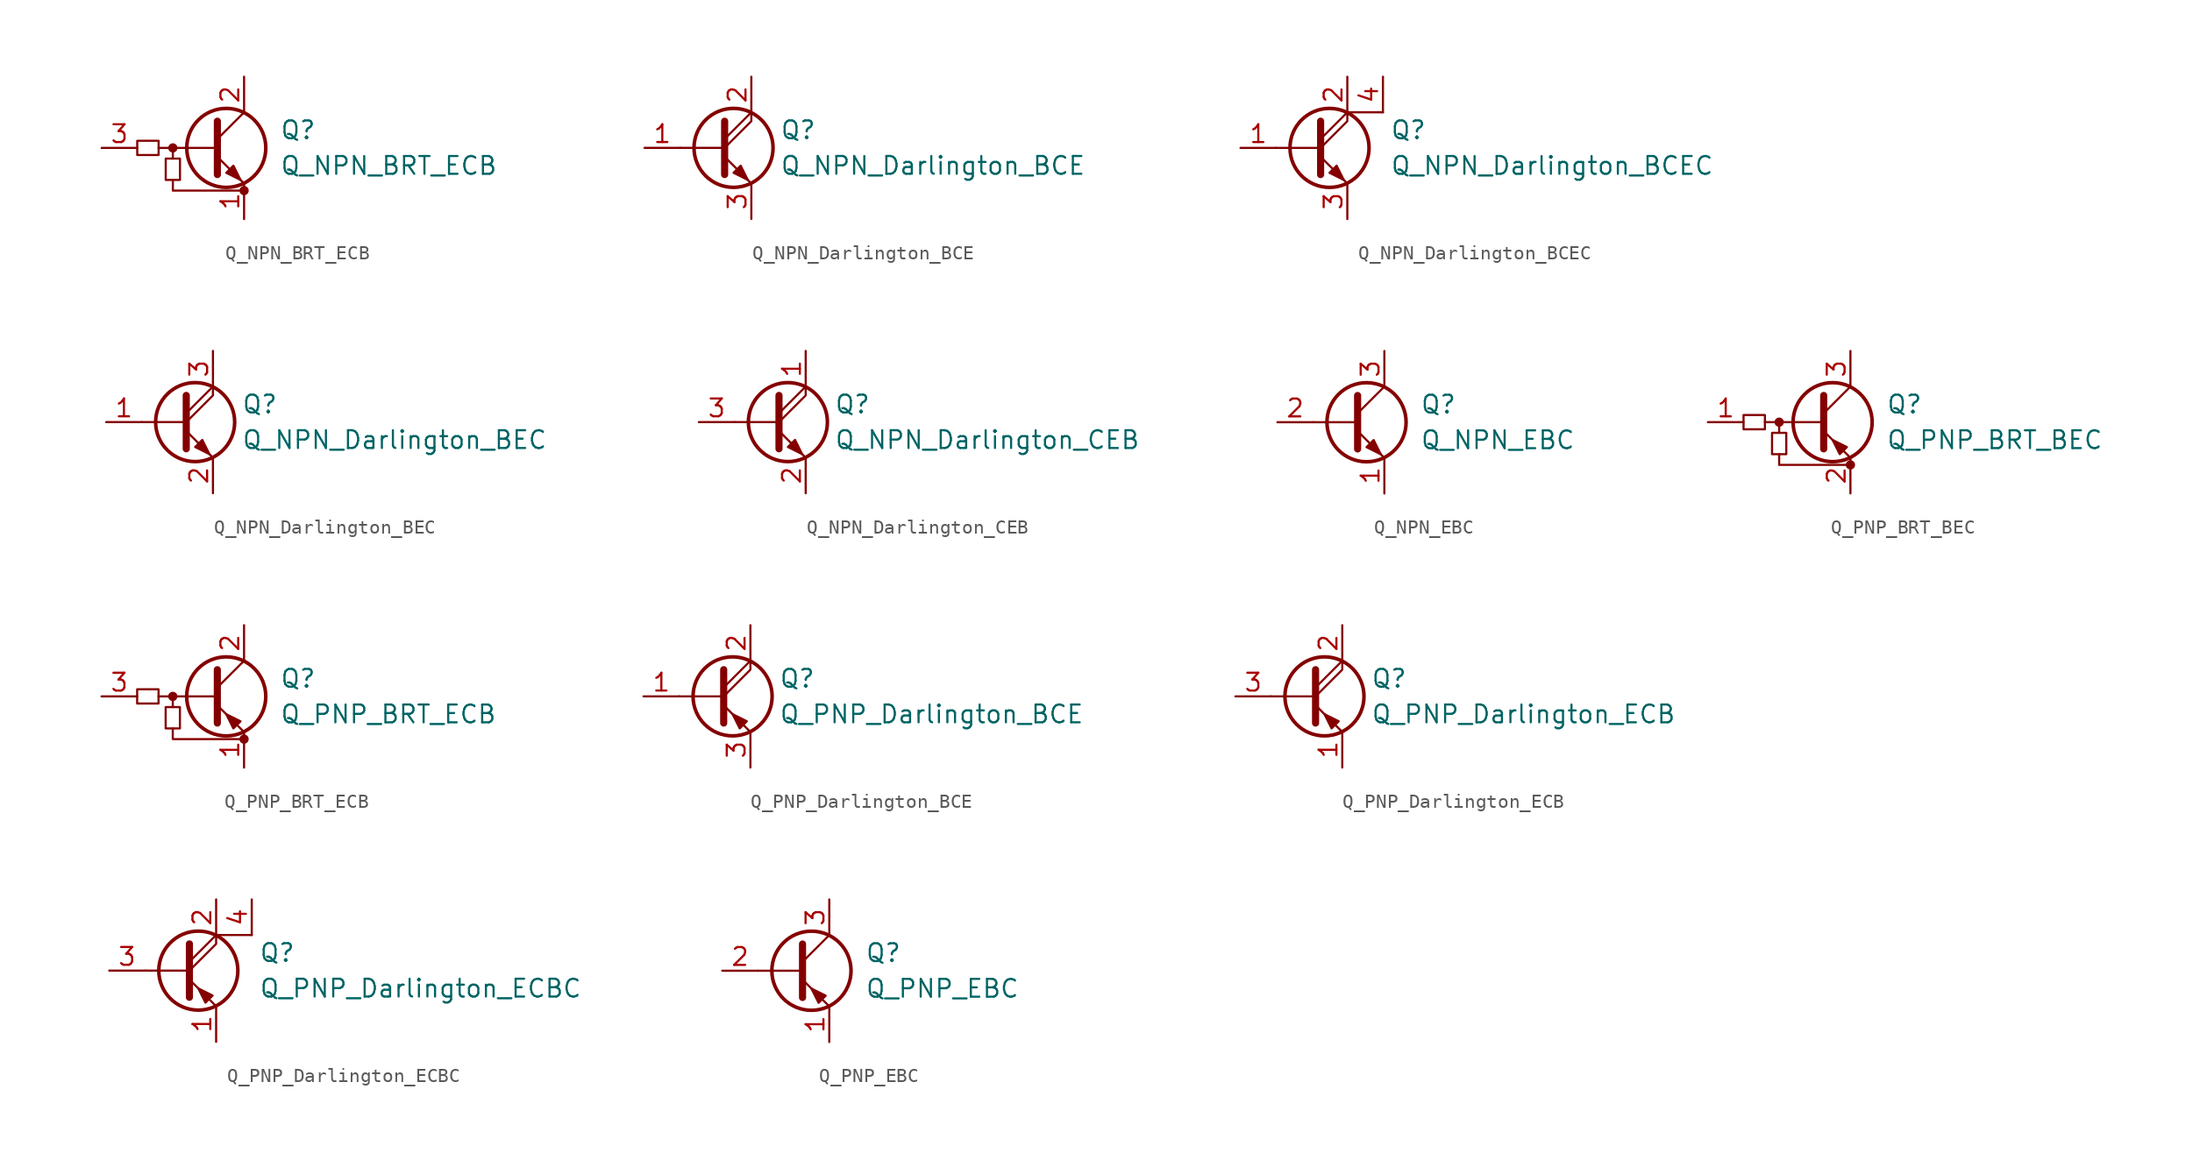
<source format=kicad_sym>
(kicad_symbol_lib
  (version 20241209)
  (generator "kicad_symbol_editor")
  (generator_version "9.0")
  (symbol "Q_NPN_BRT_ECB"
    (pin_names
      (hide yes))
    (property "Reference" "Q"
      (at 3.81 1.27 0)
      (effects (font (size 1.27 1.27)) (justify left)))
    (property "Value" "Q_NPN_BRT_ECB"
      (at 3.81 -1.27 0)
      (effects (font (size 1.27 1.27)) (justify left)))
    (symbol "Q_NPN_BRT_ECB_0_1"
      (rectangle (start -6.35 0.508) (end -4.826 -0.508) (stroke (width 0) (type default)) (fill (type none)))
      (rectangle (start -4.318 -2.286) (end -3.302 -0.762) (stroke (width 0) (type default)) (fill (type none)))
      (circle (center -3.81 0) (radius 0.254) (stroke (width 0) (type default)) (fill (type outline)))
      (polyline (pts (xy -3.81 -0.762) (xy -3.81 0)) (stroke (width 0) (type default)) (fill (type none)))
      (polyline (pts (xy -3.81 -2.286) (xy -3.81 -3.048) (xy 1.27 -3.048)) (stroke (width 0) (type default)) (fill (type none)))
      (polyline (pts (xy -0.762 0) (xy -4.826 0)) (stroke (width 0) (type default)) (fill (type none)))
      (polyline (pts (xy -0.635 1.905) (xy -0.635 -1.905)) (stroke (width 0.508) (type default)) (fill (type none)))
      (circle (center 1.27 -3.048) (radius 0.254) (stroke (width 0) (type default)) (fill (type outline))))
    (symbol "Q_NPN_BRT_ECB_1_1"
      (polyline (pts (xy -0.635 0.635) (xy 1.27 2.54)) (stroke (width 0) (type default)) (fill (type none)))
      (polyline (pts (xy -0.635 -0.635) (xy 1.27 -2.54)) (stroke (width 0) (type default)) (fill (type none)))
      (circle (center 0 0) (radius 2.819) (stroke (width 0.254) (type default)) (fill (type none)))
      (polyline (pts (xy 0 -1.778) (xy 0.508 -1.27) (xy 1.016 -2.286) (xy 0 -1.778)) (stroke (width 0) (type default)) (fill (type outline)))
      (pin input line (at -8.89 0 0) (length 2.54) (name "B" (effects (font (size 1.27 1.27)))) (number "3" (effects (font (size 1.27 1.27)))))
      (pin passive line (at 1.27 5.08 270) (length 2.54) (name "C" (effects (font (size 1.27 1.27)))) (number "2" (effects (font (size 1.27 1.27)))))
      (pin passive line (at 1.27 -5.08 90) (length 2.54) (name "E" (effects (font (size 1.27 1.27)))) (number "1" (effects (font (size 1.27 1.27)))))))
  (symbol "Q_NPN_Darlington_BCE"
    (pin_names
      (offset 0)
      (hide yes))
    (property "Reference" "Q"
      (at 4.572 1.27 0)
      (effects (font (size 1.27 1.27)) (justify left)))
    (property "Value" "Q_NPN_Darlington_BCE"
      (at 4.572 -1.27 0)
      (effects (font (size 1.27 1.27)) (justify left)))
    (symbol "Q_NPN_Darlington_BCE_0_1"
      (polyline (pts (xy -2.54 0) (xy 0.635 0)) (stroke (width 0) (type default)) (fill (type none)))
      (polyline (pts (xy 0.635 1.905) (xy 0.635 -1.905)) (stroke (width 0.508) (type default)) (fill (type none)))
      (polyline (pts (xy 0.635 0) (xy 2.54 1.905) (xy 2.54 2.54)) (stroke (width 0) (type default)) (fill (type none)))
      (circle (center 1.27 0) (radius 2.819) (stroke (width 0.254) (type default)) (fill (type none))))
    (symbol "Q_NPN_Darlington_BCE_1_1"
      (polyline (pts (xy 0.635 0.635) (xy 2.54 2.54)) (stroke (width 0) (type default)) (fill (type none)))
      (polyline (pts (xy 0.635 -0.635) (xy 2.54 -2.54)) (stroke (width 0) (type default)) (fill (type none)))
      (polyline (pts (xy 1.27 -1.778) (xy 1.778 -1.27) (xy 2.286 -2.286) (xy 1.27 -1.778)) (stroke (width 0) (type default)) (fill (type outline)))
      (pin input line (at -5.08 0 0) (length 2.54) (name "B" (effects (font (size 1.27 1.27)))) (number "1" (effects (font (size 1.27 1.27)))))
      (pin passive line (at 2.54 5.08 270) (length 2.54) (name "C" (effects (font (size 1.27 1.27)))) (number "2" (effects (font (size 1.27 1.27)))))
      (pin passive line (at 2.54 -5.08 90) (length 2.54) (name "E" (effects (font (size 1.27 1.27)))) (number "3" (effects (font (size 1.27 1.27)))))))
  (symbol "Q_NPN_Darlington_BCEC"
    (pin_names
      (offset 0)
      (hide yes))
    (property "Reference" "Q"
      (at 5.588 1.27 0)
      (effects (font (size 1.27 1.27)) (justify left)))
    (property "Value" "Q_NPN_Darlington_BCEC"
      (at 5.588 -1.27 0)
      (effects (font (size 1.27 1.27)) (justify left)))
    (symbol "Q_NPN_Darlington_BCEC_0_1"
      (polyline (pts (xy -2.54 0) (xy 0.635 0)) (stroke (width 0) (type default)) (fill (type none)))
      (polyline (pts (xy 0.635 1.905) (xy 0.635 -1.905)) (stroke (width 0.508) (type default)) (fill (type none)))
      (polyline (pts (xy 0.635 0) (xy 2.54 1.905) (xy 2.54 2.54)) (stroke (width 0) (type default)) (fill (type none)))
      (circle (center 1.27 0) (radius 2.819) (stroke (width 0.254) (type default)) (fill (type none)))
      (polyline (pts (xy 5.08 2.54) (xy 2.54 2.54)) (stroke (width 0) (type default)) (fill (type none))))
    (symbol "Q_NPN_Darlington_BCEC_1_1"
      (polyline (pts (xy 0.635 0.635) (xy 2.54 2.54)) (stroke (width 0) (type default)) (fill (type none)))
      (polyline (pts (xy 0.635 -0.635) (xy 2.54 -2.54)) (stroke (width 0) (type default)) (fill (type none)))
      (polyline (pts (xy 1.27 -1.778) (xy 1.778 -1.27) (xy 2.286 -2.286) (xy 1.27 -1.778)) (stroke (width 0) (type default)) (fill (type outline)))
      (pin input line (at -5.08 0 0) (length 2.54) (name "B" (effects (font (size 1.27 1.27)))) (number "1" (effects (font (size 1.27 1.27)))))
      (pin passive line (at 2.54 5.08 270) (length 2.54) (name "C" (effects (font (size 1.27 1.27)))) (number "2" (effects (font (size 1.27 1.27)))))
      (pin passive line (at 2.54 -5.08 90) (length 2.54) (name "E" (effects (font (size 1.27 1.27)))) (number "3" (effects (font (size 1.27 1.27)))))
      (pin input line (at 5.08 5.08 270) (length 2.54) (name "C2" (effects (font (size 1.27 1.27)))) (number "4" (effects (font (size 1.27 1.27)))))))
  (symbol "Q_NPN_Darlington_BEC"
    (pin_names
      (offset 0)
      (hide yes))
    (property "Reference" "Q"
      (at 4.572 1.27 0)
      (effects (font (size 1.27 1.27)) (justify left)))
    (property "Value" "Q_NPN_Darlington_BEC"
      (at 4.572 -1.27 0)
      (effects (font (size 1.27 1.27)) (justify left)))
    (symbol "Q_NPN_Darlington_BEC_0_1"
      (polyline (pts (xy -2.54 0) (xy 0.635 0)) (stroke (width 0) (type default)) (fill (type none)))
      (polyline (pts (xy 0.635 1.905) (xy 0.635 -1.905)) (stroke (width 0.508) (type default)) (fill (type none)))
      (polyline (pts (xy 0.635 0) (xy 2.54 1.905) (xy 2.54 2.54)) (stroke (width 0) (type default)) (fill (type none)))
      (circle (center 1.27 0) (radius 2.819) (stroke (width 0.254) (type default)) (fill (type none))))
    (symbol "Q_NPN_Darlington_BEC_1_1"
      (polyline (pts (xy 0.635 0.635) (xy 2.54 2.54)) (stroke (width 0) (type default)) (fill (type none)))
      (polyline (pts (xy 0.635 -0.635) (xy 2.54 -2.54)) (stroke (width 0) (type default)) (fill (type none)))
      (polyline (pts (xy 1.27 -1.778) (xy 1.778 -1.27) (xy 2.286 -2.286) (xy 1.27 -1.778)) (stroke (width 0) (type default)) (fill (type outline)))
      (pin input line (at -5.08 0 0) (length 2.54) (name "B" (effects (font (size 1.27 1.27)))) (number "1" (effects (font (size 1.27 1.27)))))
      (pin passive line (at 2.54 5.08 270) (length 2.54) (name "C" (effects (font (size 1.27 1.27)))) (number "3" (effects (font (size 1.27 1.27)))))
      (pin passive line (at 2.54 -5.08 90) (length 2.54) (name "E" (effects (font (size 1.27 1.27)))) (number "2" (effects (font (size 1.27 1.27)))))))
  (symbol "Q_NPN_Darlington_CEB"
    (pin_names
      (offset 0)
      (hide yes))
    (property "Reference" "Q"
      (at 4.572 1.27 0)
      (effects (font (size 1.27 1.27)) (justify left)))
    (property "Value" "Q_NPN_Darlington_CEB"
      (at 4.572 -1.27 0)
      (effects (font (size 1.27 1.27)) (justify left)))
    (symbol "Q_NPN_Darlington_CEB_0_1"
      (polyline (pts (xy -2.54 0) (xy 0.635 0)) (stroke (width 0) (type default)) (fill (type none)))
      (polyline (pts (xy 0.635 1.905) (xy 0.635 -1.905)) (stroke (width 0.508) (type default)) (fill (type none)))
      (polyline (pts (xy 0.635 0) (xy 2.54 1.905) (xy 2.54 2.54)) (stroke (width 0) (type default)) (fill (type none)))
      (circle (center 1.27 0) (radius 2.819) (stroke (width 0.254) (type default)) (fill (type none))))
    (symbol "Q_NPN_Darlington_CEB_1_1"
      (polyline (pts (xy 0.635 0.635) (xy 2.54 2.54)) (stroke (width 0) (type default)) (fill (type none)))
      (polyline (pts (xy 0.635 -0.635) (xy 2.54 -2.54)) (stroke (width 0) (type default)) (fill (type none)))
      (polyline (pts (xy 1.27 -1.778) (xy 1.778 -1.27) (xy 2.286 -2.286) (xy 1.27 -1.778)) (stroke (width 0) (type default)) (fill (type outline)))
      (pin input line (at -5.08 0 0) (length 2.54) (name "B" (effects (font (size 1.27 1.27)))) (number "3" (effects (font (size 1.27 1.27)))))
      (pin passive line (at 2.54 5.08 270) (length 2.54) (name "C" (effects (font (size 1.27 1.27)))) (number "1" (effects (font (size 1.27 1.27)))))
      (pin passive line (at 2.54 -5.08 90) (length 2.54) (name "E" (effects (font (size 1.27 1.27)))) (number "2" (effects (font (size 1.27 1.27)))))))
  (symbol "Q_NPN_EBC"
    (pin_names
      (offset 0)
      (hide yes))
    (property "Reference" "Q"
      (at 5.08 1.27 0)
      (effects (font (size 1.27 1.27)) (justify left)))
    (property "Value" "Q_NPN_EBC"
      (at 5.08 -1.27 0)
      (effects (font (size 1.27 1.27)) (justify left)))
    (symbol "Q_NPN_EBC_0_1"
      (polyline (pts (xy -2.54 0) (xy 0.635 0)) (stroke (width 0) (type default)) (fill (type none)))
      (polyline (pts (xy 0.635 1.905) (xy 0.635 -1.905)) (stroke (width 0.508) (type default)) (fill (type none)))
      (circle (center 1.27 0) (radius 2.819) (stroke (width 0.254) (type default)) (fill (type none))))
    (symbol "Q_NPN_EBC_1_1"
      (polyline (pts (xy 0.635 0.635) (xy 2.54 2.54)) (stroke (width 0) (type default)) (fill (type none)))
      (polyline (pts (xy 0.635 -0.635) (xy 2.54 -2.54)) (stroke (width 0) (type default)) (fill (type none)))
      (polyline (pts (xy 1.27 -1.778) (xy 1.778 -1.27) (xy 2.286 -2.286) (xy 1.27 -1.778)) (stroke (width 0) (type default)) (fill (type outline)))
      (pin input line (at -5.08 0 0) (length 2.54) (name "B" (effects (font (size 1.27 1.27)))) (number "2" (effects (font (size 1.27 1.27)))))
      (pin passive line (at 2.54 5.08 270) (length 2.54) (name "C" (effects (font (size 1.27 1.27)))) (number "3" (effects (font (size 1.27 1.27)))))
      (pin passive line (at 2.54 -5.08 90) (length 2.54) (name "E" (effects (font (size 1.27 1.27)))) (number "1" (effects (font (size 1.27 1.27)))))))
  (symbol "Q_PNP_BRT_BEC"
    (pin_names
      (hide yes))
    (property "Reference" "Q"
      (at 3.81 1.27 0)
      (effects (font (size 1.27 1.27)) (justify left)))
    (property "Value" "Q_PNP_BRT_BEC"
      (at 3.81 -1.27 0)
      (effects (font (size 1.27 1.27)) (justify left)))
    (symbol "Q_PNP_BRT_BEC_0_1"
      (rectangle (start -6.35 0.508) (end -4.826 -0.508) (stroke (width 0) (type default)) (fill (type none)))
      (rectangle (start -4.318 -2.286) (end -3.302 -0.762) (stroke (width 0) (type default)) (fill (type none)))
      (circle (center -3.81 0) (radius 0.254) (stroke (width 0) (type default)) (fill (type outline)))
      (polyline (pts (xy -3.81 -0.762) (xy -3.81 0)) (stroke (width 0) (type default)) (fill (type none)))
      (polyline (pts (xy -3.81 -2.286) (xy -3.81 -3.048) (xy 1.27 -3.048)) (stroke (width 0) (type default)) (fill (type none)))
      (polyline (pts (xy -0.762 0) (xy -4.826 0)) (stroke (width 0) (type default)) (fill (type none)))
      (polyline (pts (xy -0.635 1.905) (xy -0.635 -1.905)) (stroke (width 0.508) (type default)) (fill (type none)))
      (polyline (pts (xy -0.635 0.635) (xy 1.27 2.54)) (stroke (width 0) (type default)) (fill (type none)))
      (polyline (pts (xy -0.635 -0.635) (xy 1.27 -2.54)) (stroke (width 0) (type default)) (fill (type none)))
      (polyline (pts (xy 1.016 -1.778) (xy 0.508 -2.286) (xy 0 -1.27) (xy 1.016 -1.778)) (stroke (width 0) (type default)) (fill (type outline)))
      (circle (center 1.27 -3.048) (radius 0.254) (stroke (width 0) (type default)) (fill (type outline))))
    (symbol "Q_PNP_BRT_BEC_1_1"
      (circle (center 0 0) (radius 2.819) (stroke (width 0.254) (type default)) (fill (type none)))
      (pin input line (at -8.89 0 0) (length 2.54) (name "B" (effects (font (size 1.27 1.27)))) (number "1" (effects (font (size 1.27 1.27)))))
      (pin passive line (at 1.27 5.08 270) (length 2.54) (name "C" (effects (font (size 1.27 1.27)))) (number "3" (effects (font (size 1.27 1.27)))))
      (pin passive line (at 1.27 -5.08 90) (length 2.54) (name "E" (effects (font (size 1.27 1.27)))) (number "2" (effects (font (size 1.27 1.27)))))))
  (symbol "Q_PNP_BRT_ECB"
    (pin_names
      (hide yes))
    (property "Reference" "Q"
      (at 3.81 1.27 0)
      (effects (font (size 1.27 1.27)) (justify left)))
    (property "Value" "Q_PNP_BRT_ECB"
      (at 3.81 -1.27 0)
      (effects (font (size 1.27 1.27)) (justify left)))
    (symbol "Q_PNP_BRT_ECB_0_1"
      (rectangle (start -6.35 0.508) (end -4.826 -0.508) (stroke (width 0) (type default)) (fill (type none)))
      (rectangle (start -4.318 -2.286) (end -3.302 -0.762) (stroke (width 0) (type default)) (fill (type none)))
      (circle (center -3.81 0) (radius 0.254) (stroke (width 0) (type default)) (fill (type outline)))
      (polyline (pts (xy -3.81 -0.762) (xy -3.81 0)) (stroke (width 0) (type default)) (fill (type none)))
      (polyline (pts (xy -3.81 -2.286) (xy -3.81 -3.048) (xy 1.27 -3.048)) (stroke (width 0) (type default)) (fill (type none)))
      (polyline (pts (xy -0.762 0) (xy -4.826 0)) (stroke (width 0) (type default)) (fill (type none)))
      (polyline (pts (xy -0.635 1.905) (xy -0.635 -1.905)) (stroke (width 0.508) (type default)) (fill (type none)))
      (polyline (pts (xy -0.635 0.635) (xy 1.27 2.54)) (stroke (width 0) (type default)) (fill (type none)))
      (polyline (pts (xy -0.635 -0.635) (xy 1.27 -2.54)) (stroke (width 0) (type default)) (fill (type none)))
      (polyline (pts (xy 1.016 -1.778) (xy 0.508 -2.286) (xy 0 -1.27) (xy 1.016 -1.778)) (stroke (width 0) (type default)) (fill (type outline)))
      (circle (center 1.27 -3.048) (radius 0.254) (stroke (width 0) (type default)) (fill (type outline))))
    (symbol "Q_PNP_BRT_ECB_1_1"
      (circle (center 0 0) (radius 2.819) (stroke (width 0.254) (type default)) (fill (type none)))
      (pin input line (at -8.89 0 0) (length 2.54) (name "B" (effects (font (size 1.27 1.27)))) (number "3" (effects (font (size 1.27 1.27)))))
      (pin passive line (at 1.27 5.08 270) (length 2.54) (name "C" (effects (font (size 1.27 1.27)))) (number "2" (effects (font (size 1.27 1.27)))))
      (pin passive line (at 1.27 -5.08 90) (length 2.54) (name "E" (effects (font (size 1.27 1.27)))) (number "1" (effects (font (size 1.27 1.27)))))))
  (symbol "Q_PNP_Darlington_BCE"
    (pin_names
      (offset 0)
      (hide yes))
    (property "Reference" "Q"
      (at 4.572 1.27 0)
      (effects (font (size 1.27 1.27)) (justify left)))
    (property "Value" "Q_PNP_Darlington_BCE"
      (at 4.572 -1.27 0)
      (effects (font (size 1.27 1.27)) (justify left)))
    (symbol "Q_PNP_Darlington_BCE_0_1"
      (polyline (pts (xy -2.54 0) (xy 0.635 0)) (stroke (width 0) (type default)) (fill (type none)))
      (polyline (pts (xy 0.635 1.905) (xy 0.635 -1.905)) (stroke (width 0.508) (type default)) (fill (type none)))
      (polyline (pts (xy 0.635 0.635) (xy 2.54 2.54)) (stroke (width 0) (type default)) (fill (type none)))
      (polyline (pts (xy 0.635 0) (xy 2.54 1.905) (xy 2.54 2.54)) (stroke (width 0) (type default)) (fill (type none)))
      (polyline (pts (xy 0.635 -0.635) (xy 2.54 -2.54)) (stroke (width 0) (type default)) (fill (type none)))
      (circle (center 1.27 0) (radius 2.819) (stroke (width 0.254) (type default)) (fill (type none)))
      (polyline (pts (xy 2.286 -1.778) (xy 1.778 -2.286) (xy 1.27 -1.27) (xy 2.286 -1.778)) (stroke (width 0) (type default)) (fill (type outline))))
    (symbol "Q_PNP_Darlington_BCE_1_1"
      (pin input line (at -5.08 0 0) (length 2.54) (name "B" (effects (font (size 1.27 1.27)))) (number "1" (effects (font (size 1.27 1.27)))))
      (pin passive line (at 2.54 5.08 270) (length 2.54) (name "C" (effects (font (size 1.27 1.27)))) (number "2" (effects (font (size 1.27 1.27)))))
      (pin passive line (at 2.54 -5.08 90) (length 2.54) (name "E" (effects (font (size 1.27 1.27)))) (number "3" (effects (font (size 1.27 1.27)))))))
  (symbol "Q_PNP_Darlington_ECB"
    (pin_names
      (offset 0)
      (hide yes))
    (property "Reference" "Q"
      (at 4.572 1.27 0)
      (effects (font (size 1.27 1.27)) (justify left)))
    (property "Value" "Q_PNP_Darlington_ECB"
      (at 4.572 -1.27 0)
      (effects (font (size 1.27 1.27)) (justify left)))
    (symbol "Q_PNP_Darlington_ECB_0_1"
      (polyline (pts (xy -2.54 0) (xy 0.635 0)) (stroke (width 0) (type default)) (fill (type none)))
      (polyline (pts (xy 0.635 1.905) (xy 0.635 -1.905)) (stroke (width 0.508) (type default)) (fill (type none)))
      (polyline (pts (xy 0.635 0.635) (xy 2.54 2.54)) (stroke (width 0) (type default)) (fill (type none)))
      (polyline (pts (xy 0.635 0) (xy 2.54 1.905) (xy 2.54 2.54)) (stroke (width 0) (type default)) (fill (type none)))
      (polyline (pts (xy 0.635 -0.635) (xy 2.54 -2.54)) (stroke (width 0) (type default)) (fill (type none)))
      (circle (center 1.27 0) (radius 2.819) (stroke (width 0.254) (type default)) (fill (type none)))
      (polyline (pts (xy 2.286 -1.778) (xy 1.778 -2.286) (xy 1.27 -1.27) (xy 2.286 -1.778)) (stroke (width 0) (type default)) (fill (type outline))))
    (symbol "Q_PNP_Darlington_ECB_1_1"
      (pin input line (at -5.08 0 0) (length 2.54) (name "B" (effects (font (size 1.27 1.27)))) (number "3" (effects (font (size 1.27 1.27)))))
      (pin passive line (at 2.54 5.08 270) (length 2.54) (name "C" (effects (font (size 1.27 1.27)))) (number "2" (effects (font (size 1.27 1.27)))))
      (pin passive line (at 2.54 -5.08 90) (length 2.54) (name "E" (effects (font (size 1.27 1.27)))) (number "1" (effects (font (size 1.27 1.27)))))))
  (symbol "Q_PNP_Darlington_ECBC"
    (pin_names
      (offset 0)
      (hide yes))
    (property "Reference" "Q"
      (at 5.588 1.27 0)
      (effects (font (size 1.27 1.27)) (justify left)))
    (property "Value" "Q_PNP_Darlington_ECBC"
      (at 5.588 -1.27 0)
      (effects (font (size 1.27 1.27)) (justify left)))
    (symbol "Q_PNP_Darlington_ECBC_0_1"
      (polyline (pts (xy -2.54 0) (xy 0.635 0)) (stroke (width 0) (type default)) (fill (type none)))
      (polyline (pts (xy 0.635 1.905) (xy 0.635 -1.905)) (stroke (width 0.508) (type default)) (fill (type none)))
      (polyline (pts (xy 0.635 0.635) (xy 2.54 2.54)) (stroke (width 0) (type default)) (fill (type none)))
      (polyline (pts (xy 0.635 0) (xy 2.54 1.905) (xy 2.54 2.54)) (stroke (width 0) (type default)) (fill (type none)))
      (polyline (pts (xy 0.635 -0.635) (xy 2.54 -2.54)) (stroke (width 0) (type default)) (fill (type none)))
      (circle (center 1.27 0) (radius 2.819) (stroke (width 0.254) (type default)) (fill (type none)))
      (polyline (pts (xy 2.286 -1.778) (xy 1.778 -2.286) (xy 1.27 -1.27) (xy 2.286 -1.778)) (stroke (width 0) (type default)) (fill (type outline)))
      (polyline (pts (xy 5.08 2.54) (xy 2.54 2.54)) (stroke (width 0) (type default)) (fill (type none))))
    (symbol "Q_PNP_Darlington_ECBC_1_1"
      (pin input line (at -5.08 0 0) (length 2.54) (name "B" (effects (font (size 1.27 1.27)))) (number "3" (effects (font (size 1.27 1.27)))))
      (pin passive line (at 2.54 5.08 270) (length 2.54) (name "C" (effects (font (size 1.27 1.27)))) (number "2" (effects (font (size 1.27 1.27)))))
      (pin passive line (at 2.54 -5.08 90) (length 2.54) (name "E" (effects (font (size 1.27 1.27)))) (number "1" (effects (font (size 1.27 1.27)))))
      (pin passive line (at 5.08 5.08 270) (length 2.54) (name "C" (effects (font (size 1.27 1.27)))) (number "4" (effects (font (size 1.27 1.27)))))))
  (symbol "Q_PNP_EBC"
    (pin_names
      (offset 0)
      (hide yes))
    (property "Reference" "Q"
      (at 5.08 1.27 0)
      (effects (font (size 1.27 1.27)) (justify left)))
    (property "Value" "Q_PNP_EBC"
      (at 5.08 -1.27 0)
      (effects (font (size 1.27 1.27)) (justify left)))
    (symbol "Q_PNP_EBC_0_1"
      (polyline (pts (xy -2.54 0) (xy 0.635 0)) (stroke (width 0) (type default)) (fill (type none)))
      (polyline (pts (xy 0.635 1.905) (xy 0.635 -1.905)) (stroke (width 0.508) (type default)) (fill (type none)))
      (polyline (pts (xy 0.635 0.635) (xy 2.54 2.54)) (stroke (width 0) (type default)) (fill (type none)))
      (polyline (pts (xy 0.635 -0.635) (xy 2.54 -2.54)) (stroke (width 0) (type default)) (fill (type none)))
      (circle (center 1.27 0) (radius 2.819) (stroke (width 0.254) (type default)) (fill (type none)))
      (polyline (pts (xy 2.286 -1.778) (xy 1.778 -2.286) (xy 1.27 -1.27) (xy 2.286 -1.778)) (stroke (width 0) (type default)) (fill (type outline))))
    (symbol "Q_PNP_EBC_1_1"
      (pin input line (at -5.08 0 0) (length 2.54) (name "B" (effects (font (size 1.27 1.27)))) (number "2" (effects (font (size 1.27 1.27)))))
      (pin passive line (at 2.54 5.08 270) (length 2.54) (name "C" (effects (font (size 1.27 1.27)))) (number "3" (effects (font (size 1.27 1.27)))))
      (pin passive line (at 2.54 -5.08 90) (length 2.54) (name "E" (effects (font (size 1.27 1.27)))) (number "1" (effects (font (size 1.27 1.27))))))))
</source>
